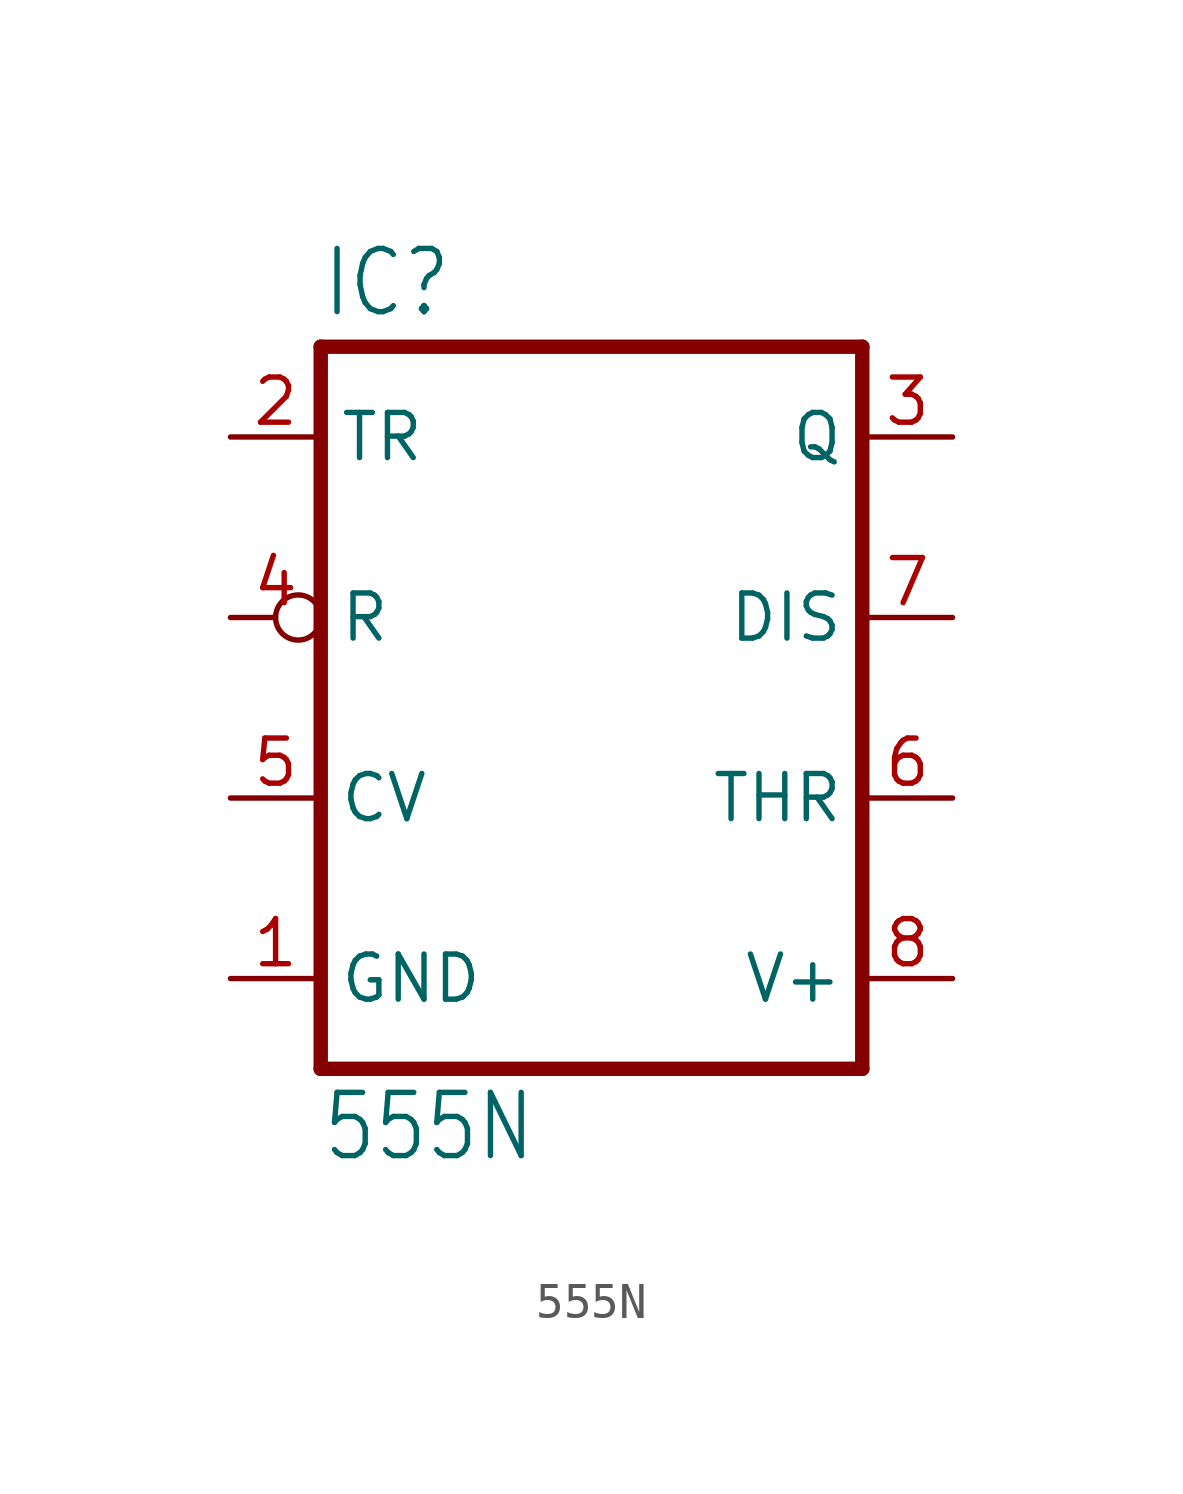
<source format=kicad_sym>
(kicad_symbol_lib
  (version 20211014)
  (generator kicad_symbol_editor)
  (symbol "555N"
    (property "Reference" "IC"
      (at -7.62 10.922 0)
      (effects (font (size 1.778 1.511)) (justify left bottom)))
    (property "Value" "555N"
      (at -7.62 -12.827 0)
      (effects (font (size 1.778 1.511)) (justify left bottom)))
    (property "ki_locked" ""
      (at 0 0 0)
      (effects (font (size 1.27 1.27))))
    (symbol "555N_1_0"
      (polyline (pts (xy -7.62 -10.16) (xy 7.62 -10.16)) (stroke (width 0.406) (type default) (color 0 0 0 0)) (fill (type none)))
      (polyline (pts (xy -7.62 10.16) (xy -7.62 -10.16)) (stroke (width 0.406) (type default) (color 0 0 0 0)) (fill (type none)))
      (polyline (pts (xy 7.62 -10.16) (xy 7.62 10.16)) (stroke (width 0.406) (type default) (color 0 0 0 0)) (fill (type none)))
      (polyline (pts (xy 7.62 10.16) (xy -7.62 10.16)) (stroke (width 0.406) (type default) (color 0 0 0 0)) (fill (type none)))
      (pin power_in line (at -10.16 -7.62 0) (length 2.54) (name "GND" (effects (font (size 1.27 1.27)))) (number "1" (effects (font (size 1.27 1.27)))))
      (pin input line (at -10.16 7.62 0) (length 2.54) (name "TR" (effects (font (size 1.27 1.27)))) (number "2" (effects (font (size 1.27 1.27)))))
      (pin output line (at 10.16 7.62 180) (length 2.54) (name "Q" (effects (font (size 1.27 1.27)))) (number "3" (effects (font (size 1.27 1.27)))))
      (pin input inverted (at -10.16 2.54 0) (length 2.54) (name "R" (effects (font (size 1.27 1.27)))) (number "4" (effects (font (size 1.27 1.27)))))
      (pin input line (at -10.16 -2.54 0) (length 2.54) (name "CV" (effects (font (size 1.27 1.27)))) (number "5" (effects (font (size 1.27 1.27)))))
      (pin input line (at 10.16 -2.54 180) (length 2.54) (name "THR" (effects (font (size 1.27 1.27)))) (number "6" (effects (font (size 1.27 1.27)))))
      (pin input line (at 10.16 2.54 180) (length 2.54) (name "DIS" (effects (font (size 1.27 1.27)))) (number "7" (effects (font (size 1.27 1.27)))))
      (pin power_in line (at 10.16 -7.62 180) (length 2.54) (name "V+" (effects (font (size 1.27 1.27)))) (number "8" (effects (font (size 1.27 1.27))))))))
</source>
